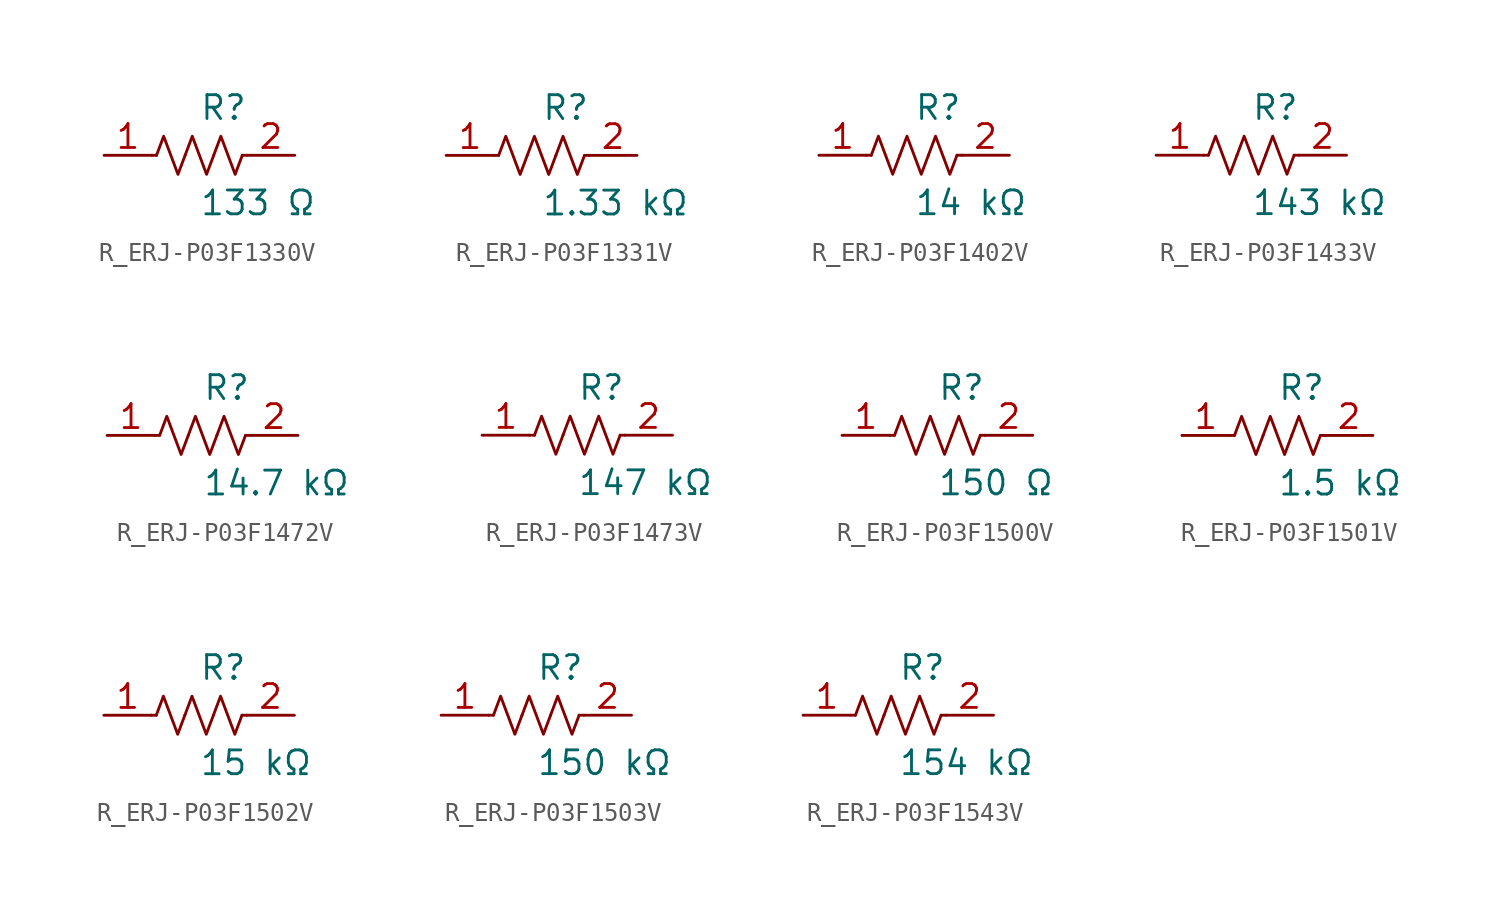
<source format=kicad_sym>
(kicad_symbol_lib
  (version 20231120)
  (generator kicad_symbol_editor)
  (generator_version 8.0)
  (symbol "R_ERJ-P03F1330V"
    (pin_names
      (offset 0.254))
    (property "Reference" "R"
      (at 0.0 2.54 0)
      (effects (font (size 1.27 1.27)) (justify left)))
    (property "Value" "133 Ω"
      (at 0.0 -2.54 0)
      (effects (font (size 1.27 1.27)) (justify left)))
    (symbol "R_ERJ-P03F1330V_0_1"
      (polyline (pts (xy 2.286 0) (xy 2.54 0)) (stroke (width 0) (type default)) (fill (type none)))
      (polyline (pts (xy -2.286 0) (xy -2.54 0)) (stroke (width 0) (type default)) (fill (type none)))
      (polyline (pts (xy 0.762 0) (xy 1.143 1.016) (xy 1.524 0) (xy 1.905 -1.016) (xy 2.286 0)) (stroke (width 0) (type default)) (fill (type none)))
      (polyline (pts (xy -0.762 0) (xy -0.381 1.016) (xy 0 0) (xy 0.381 -1.016) (xy 0.762 0)) (stroke (width 0) (type default)) (fill (type none)))
      (polyline (pts (xy -2.286 0) (xy -1.905 1.016) (xy -1.524 0) (xy -1.143 -1.016) (xy -0.762 0)) (stroke (width 0) (type default)) (fill (type none))))
    (pin unspecified line
      (at -5.08 0 0)
      (length 2.54)
      (name "" (effects (font (size 1.27 1.27))))
      (number "1" (effects (font (size 1.27 1.27)))))
    (pin unspecified line
      (at 5.08 0 180)
      (length 2.54)
      (name "" (effects (font (size 1.27 1.27))))
      (number "2" (effects (font (size 1.27 1.27))))))
  (symbol "R_ERJ-P03F1331V"
    (pin_names
      (offset 0.254))
    (property "Reference" "R"
      (at 0.0 2.54 0)
      (effects (font (size 1.27 1.27)) (justify left)))
    (property "Value" "1.33 kΩ"
      (at 0.0 -2.54 0)
      (effects (font (size 1.27 1.27)) (justify left)))
    (symbol "R_ERJ-P03F1331V_0_1"
      (polyline (pts (xy 2.286 0) (xy 2.54 0)) (stroke (width 0) (type default)) (fill (type none)))
      (polyline (pts (xy -2.286 0) (xy -2.54 0)) (stroke (width 0) (type default)) (fill (type none)))
      (polyline (pts (xy 0.762 0) (xy 1.143 1.016) (xy 1.524 0) (xy 1.905 -1.016) (xy 2.286 0)) (stroke (width 0) (type default)) (fill (type none)))
      (polyline (pts (xy -0.762 0) (xy -0.381 1.016) (xy 0 0) (xy 0.381 -1.016) (xy 0.762 0)) (stroke (width 0) (type default)) (fill (type none)))
      (polyline (pts (xy -2.286 0) (xy -1.905 1.016) (xy -1.524 0) (xy -1.143 -1.016) (xy -0.762 0)) (stroke (width 0) (type default)) (fill (type none))))
    (pin unspecified line
      (at -5.08 0 0)
      (length 2.54)
      (name "" (effects (font (size 1.27 1.27))))
      (number "1" (effects (font (size 1.27 1.27)))))
    (pin unspecified line
      (at 5.08 0 180)
      (length 2.54)
      (name "" (effects (font (size 1.27 1.27))))
      (number "2" (effects (font (size 1.27 1.27))))))
  (symbol "R_ERJ-P03F1402V"
    (pin_names
      (offset 0.254))
    (property "Reference" "R"
      (at 0.0 2.54 0)
      (effects (font (size 1.27 1.27)) (justify left)))
    (property "Value" "14 kΩ"
      (at 0.0 -2.54 0)
      (effects (font (size 1.27 1.27)) (justify left)))
    (symbol "R_ERJ-P03F1402V_0_1"
      (polyline (pts (xy 2.286 0) (xy 2.54 0)) (stroke (width 0) (type default)) (fill (type none)))
      (polyline (pts (xy -2.286 0) (xy -2.54 0)) (stroke (width 0) (type default)) (fill (type none)))
      (polyline (pts (xy 0.762 0) (xy 1.143 1.016) (xy 1.524 0) (xy 1.905 -1.016) (xy 2.286 0)) (stroke (width 0) (type default)) (fill (type none)))
      (polyline (pts (xy -0.762 0) (xy -0.381 1.016) (xy 0 0) (xy 0.381 -1.016) (xy 0.762 0)) (stroke (width 0) (type default)) (fill (type none)))
      (polyline (pts (xy -2.286 0) (xy -1.905 1.016) (xy -1.524 0) (xy -1.143 -1.016) (xy -0.762 0)) (stroke (width 0) (type default)) (fill (type none))))
    (pin unspecified line
      (at -5.08 0 0)
      (length 2.54)
      (name "" (effects (font (size 1.27 1.27))))
      (number "1" (effects (font (size 1.27 1.27)))))
    (pin unspecified line
      (at 5.08 0 180)
      (length 2.54)
      (name "" (effects (font (size 1.27 1.27))))
      (number "2" (effects (font (size 1.27 1.27))))))
  (symbol "R_ERJ-P03F1433V"
    (pin_names
      (offset 0.254))
    (property "Reference" "R"
      (at 0.0 2.54 0)
      (effects (font (size 1.27 1.27)) (justify left)))
    (property "Value" "143 kΩ"
      (at 0.0 -2.54 0)
      (effects (font (size 1.27 1.27)) (justify left)))
    (symbol "R_ERJ-P03F1433V_0_1"
      (polyline (pts (xy 2.286 0) (xy 2.54 0)) (stroke (width 0) (type default)) (fill (type none)))
      (polyline (pts (xy -2.286 0) (xy -2.54 0)) (stroke (width 0) (type default)) (fill (type none)))
      (polyline (pts (xy 0.762 0) (xy 1.143 1.016) (xy 1.524 0) (xy 1.905 -1.016) (xy 2.286 0)) (stroke (width 0) (type default)) (fill (type none)))
      (polyline (pts (xy -0.762 0) (xy -0.381 1.016) (xy 0 0) (xy 0.381 -1.016) (xy 0.762 0)) (stroke (width 0) (type default)) (fill (type none)))
      (polyline (pts (xy -2.286 0) (xy -1.905 1.016) (xy -1.524 0) (xy -1.143 -1.016) (xy -0.762 0)) (stroke (width 0) (type default)) (fill (type none))))
    (pin unspecified line
      (at -5.08 0 0)
      (length 2.54)
      (name "" (effects (font (size 1.27 1.27))))
      (number "1" (effects (font (size 1.27 1.27)))))
    (pin unspecified line
      (at 5.08 0 180)
      (length 2.54)
      (name "" (effects (font (size 1.27 1.27))))
      (number "2" (effects (font (size 1.27 1.27))))))
  (symbol "R_ERJ-P03F1472V"
    (pin_names
      (offset 0.254))
    (property "Reference" "R"
      (at 0.0 2.54 0)
      (effects (font (size 1.27 1.27)) (justify left)))
    (property "Value" "14.7 kΩ"
      (at 0.0 -2.54 0)
      (effects (font (size 1.27 1.27)) (justify left)))
    (symbol "R_ERJ-P03F1472V_0_1"
      (polyline (pts (xy 2.286 0) (xy 2.54 0)) (stroke (width 0) (type default)) (fill (type none)))
      (polyline (pts (xy -2.286 0) (xy -2.54 0)) (stroke (width 0) (type default)) (fill (type none)))
      (polyline (pts (xy 0.762 0) (xy 1.143 1.016) (xy 1.524 0) (xy 1.905 -1.016) (xy 2.286 0)) (stroke (width 0) (type default)) (fill (type none)))
      (polyline (pts (xy -0.762 0) (xy -0.381 1.016) (xy 0 0) (xy 0.381 -1.016) (xy 0.762 0)) (stroke (width 0) (type default)) (fill (type none)))
      (polyline (pts (xy -2.286 0) (xy -1.905 1.016) (xy -1.524 0) (xy -1.143 -1.016) (xy -0.762 0)) (stroke (width 0) (type default)) (fill (type none))))
    (pin unspecified line
      (at -5.08 0 0)
      (length 2.54)
      (name "" (effects (font (size 1.27 1.27))))
      (number "1" (effects (font (size 1.27 1.27)))))
    (pin unspecified line
      (at 5.08 0 180)
      (length 2.54)
      (name "" (effects (font (size 1.27 1.27))))
      (number "2" (effects (font (size 1.27 1.27))))))
  (symbol "R_ERJ-P03F1473V"
    (pin_names
      (offset 0.254))
    (property "Reference" "R"
      (at 0.0 2.54 0)
      (effects (font (size 1.27 1.27)) (justify left)))
    (property "Value" "147 kΩ"
      (at 0.0 -2.54 0)
      (effects (font (size 1.27 1.27)) (justify left)))
    (symbol "R_ERJ-P03F1473V_0_1"
      (polyline (pts (xy 2.286 0) (xy 2.54 0)) (stroke (width 0) (type default)) (fill (type none)))
      (polyline (pts (xy -2.286 0) (xy -2.54 0)) (stroke (width 0) (type default)) (fill (type none)))
      (polyline (pts (xy 0.762 0) (xy 1.143 1.016) (xy 1.524 0) (xy 1.905 -1.016) (xy 2.286 0)) (stroke (width 0) (type default)) (fill (type none)))
      (polyline (pts (xy -0.762 0) (xy -0.381 1.016) (xy 0 0) (xy 0.381 -1.016) (xy 0.762 0)) (stroke (width 0) (type default)) (fill (type none)))
      (polyline (pts (xy -2.286 0) (xy -1.905 1.016) (xy -1.524 0) (xy -1.143 -1.016) (xy -0.762 0)) (stroke (width 0) (type default)) (fill (type none))))
    (pin unspecified line
      (at -5.08 0 0)
      (length 2.54)
      (name "" (effects (font (size 1.27 1.27))))
      (number "1" (effects (font (size 1.27 1.27)))))
    (pin unspecified line
      (at 5.08 0 180)
      (length 2.54)
      (name "" (effects (font (size 1.27 1.27))))
      (number "2" (effects (font (size 1.27 1.27))))))
  (symbol "R_ERJ-P03F1500V"
    (pin_names
      (offset 0.254))
    (property "Reference" "R"
      (at 0.0 2.54 0)
      (effects (font (size 1.27 1.27)) (justify left)))
    (property "Value" "150 Ω"
      (at 0.0 -2.54 0)
      (effects (font (size 1.27 1.27)) (justify left)))
    (symbol "R_ERJ-P03F1500V_0_1"
      (polyline (pts (xy 2.286 0) (xy 2.54 0)) (stroke (width 0) (type default)) (fill (type none)))
      (polyline (pts (xy -2.286 0) (xy -2.54 0)) (stroke (width 0) (type default)) (fill (type none)))
      (polyline (pts (xy 0.762 0) (xy 1.143 1.016) (xy 1.524 0) (xy 1.905 -1.016) (xy 2.286 0)) (stroke (width 0) (type default)) (fill (type none)))
      (polyline (pts (xy -0.762 0) (xy -0.381 1.016) (xy 0 0) (xy 0.381 -1.016) (xy 0.762 0)) (stroke (width 0) (type default)) (fill (type none)))
      (polyline (pts (xy -2.286 0) (xy -1.905 1.016) (xy -1.524 0) (xy -1.143 -1.016) (xy -0.762 0)) (stroke (width 0) (type default)) (fill (type none))))
    (pin unspecified line
      (at -5.08 0 0)
      (length 2.54)
      (name "" (effects (font (size 1.27 1.27))))
      (number "1" (effects (font (size 1.27 1.27)))))
    (pin unspecified line
      (at 5.08 0 180)
      (length 2.54)
      (name "" (effects (font (size 1.27 1.27))))
      (number "2" (effects (font (size 1.27 1.27))))))
  (symbol "R_ERJ-P03F1501V"
    (pin_names
      (offset 0.254))
    (property "Reference" "R"
      (at 0.0 2.54 0)
      (effects (font (size 1.27 1.27)) (justify left)))
    (property "Value" "1.5 kΩ"
      (at 0.0 -2.54 0)
      (effects (font (size 1.27 1.27)) (justify left)))
    (symbol "R_ERJ-P03F1501V_0_1"
      (polyline (pts (xy 2.286 0) (xy 2.54 0)) (stroke (width 0) (type default)) (fill (type none)))
      (polyline (pts (xy -2.286 0) (xy -2.54 0)) (stroke (width 0) (type default)) (fill (type none)))
      (polyline (pts (xy 0.762 0) (xy 1.143 1.016) (xy 1.524 0) (xy 1.905 -1.016) (xy 2.286 0)) (stroke (width 0) (type default)) (fill (type none)))
      (polyline (pts (xy -0.762 0) (xy -0.381 1.016) (xy 0 0) (xy 0.381 -1.016) (xy 0.762 0)) (stroke (width 0) (type default)) (fill (type none)))
      (polyline (pts (xy -2.286 0) (xy -1.905 1.016) (xy -1.524 0) (xy -1.143 -1.016) (xy -0.762 0)) (stroke (width 0) (type default)) (fill (type none))))
    (pin unspecified line
      (at -5.08 0 0)
      (length 2.54)
      (name "" (effects (font (size 1.27 1.27))))
      (number "1" (effects (font (size 1.27 1.27)))))
    (pin unspecified line
      (at 5.08 0 180)
      (length 2.54)
      (name "" (effects (font (size 1.27 1.27))))
      (number "2" (effects (font (size 1.27 1.27))))))
  (symbol "R_ERJ-P03F1502V"
    (pin_names
      (offset 0.254))
    (property "Reference" "R"
      (at 0.0 2.54 0)
      (effects (font (size 1.27 1.27)) (justify left)))
    (property "Value" "15 kΩ"
      (at 0.0 -2.54 0)
      (effects (font (size 1.27 1.27)) (justify left)))
    (symbol "R_ERJ-P03F1502V_0_1"
      (polyline (pts (xy 2.286 0) (xy 2.54 0)) (stroke (width 0) (type default)) (fill (type none)))
      (polyline (pts (xy -2.286 0) (xy -2.54 0)) (stroke (width 0) (type default)) (fill (type none)))
      (polyline (pts (xy 0.762 0) (xy 1.143 1.016) (xy 1.524 0) (xy 1.905 -1.016) (xy 2.286 0)) (stroke (width 0) (type default)) (fill (type none)))
      (polyline (pts (xy -0.762 0) (xy -0.381 1.016) (xy 0 0) (xy 0.381 -1.016) (xy 0.762 0)) (stroke (width 0) (type default)) (fill (type none)))
      (polyline (pts (xy -2.286 0) (xy -1.905 1.016) (xy -1.524 0) (xy -1.143 -1.016) (xy -0.762 0)) (stroke (width 0) (type default)) (fill (type none))))
    (pin unspecified line
      (at -5.08 0 0)
      (length 2.54)
      (name "" (effects (font (size 1.27 1.27))))
      (number "1" (effects (font (size 1.27 1.27)))))
    (pin unspecified line
      (at 5.08 0 180)
      (length 2.54)
      (name "" (effects (font (size 1.27 1.27))))
      (number "2" (effects (font (size 1.27 1.27))))))
  (symbol "R_ERJ-P03F1503V"
    (pin_names
      (offset 0.254))
    (property "Reference" "R"
      (at 0.0 2.54 0)
      (effects (font (size 1.27 1.27)) (justify left)))
    (property "Value" "150 kΩ"
      (at 0.0 -2.54 0)
      (effects (font (size 1.27 1.27)) (justify left)))
    (symbol "R_ERJ-P03F1503V_0_1"
      (polyline (pts (xy 2.286 0) (xy 2.54 0)) (stroke (width 0) (type default)) (fill (type none)))
      (polyline (pts (xy -2.286 0) (xy -2.54 0)) (stroke (width 0) (type default)) (fill (type none)))
      (polyline (pts (xy 0.762 0) (xy 1.143 1.016) (xy 1.524 0) (xy 1.905 -1.016) (xy 2.286 0)) (stroke (width 0) (type default)) (fill (type none)))
      (polyline (pts (xy -0.762 0) (xy -0.381 1.016) (xy 0 0) (xy 0.381 -1.016) (xy 0.762 0)) (stroke (width 0) (type default)) (fill (type none)))
      (polyline (pts (xy -2.286 0) (xy -1.905 1.016) (xy -1.524 0) (xy -1.143 -1.016) (xy -0.762 0)) (stroke (width 0) (type default)) (fill (type none))))
    (pin unspecified line
      (at -5.08 0 0)
      (length 2.54)
      (name "" (effects (font (size 1.27 1.27))))
      (number "1" (effects (font (size 1.27 1.27)))))
    (pin unspecified line
      (at 5.08 0 180)
      (length 2.54)
      (name "" (effects (font (size 1.27 1.27))))
      (number "2" (effects (font (size 1.27 1.27))))))
  (symbol "R_ERJ-P03F1543V"
    (pin_names
      (offset 0.254))
    (property "Reference" "R"
      (at 0.0 2.54 0)
      (effects (font (size 1.27 1.27)) (justify left)))
    (property "Value" "154 kΩ"
      (at 0.0 -2.54 0)
      (effects (font (size 1.27 1.27)) (justify left)))
    (symbol "R_ERJ-P03F1543V_0_1"
      (polyline (pts (xy 2.286 0) (xy 2.54 0)) (stroke (width 0) (type default)) (fill (type none)))
      (polyline (pts (xy -2.286 0) (xy -2.54 0)) (stroke (width 0) (type default)) (fill (type none)))
      (polyline (pts (xy 0.762 0) (xy 1.143 1.016) (xy 1.524 0) (xy 1.905 -1.016) (xy 2.286 0)) (stroke (width 0) (type default)) (fill (type none)))
      (polyline (pts (xy -0.762 0) (xy -0.381 1.016) (xy 0 0) (xy 0.381 -1.016) (xy 0.762 0)) (stroke (width 0) (type default)) (fill (type none)))
      (polyline (pts (xy -2.286 0) (xy -1.905 1.016) (xy -1.524 0) (xy -1.143 -1.016) (xy -0.762 0)) (stroke (width 0) (type default)) (fill (type none))))
    (pin unspecified line
      (at -5.08 0 0)
      (length 2.54)
      (name "" (effects (font (size 1.27 1.27))))
      (number "1" (effects (font (size 1.27 1.27)))))
    (pin unspecified line
      (at 5.08 0 180)
      (length 2.54)
      (name "" (effects (font (size 1.27 1.27))))
      (number "2" (effects (font (size 1.27 1.27)))))))
</source>
